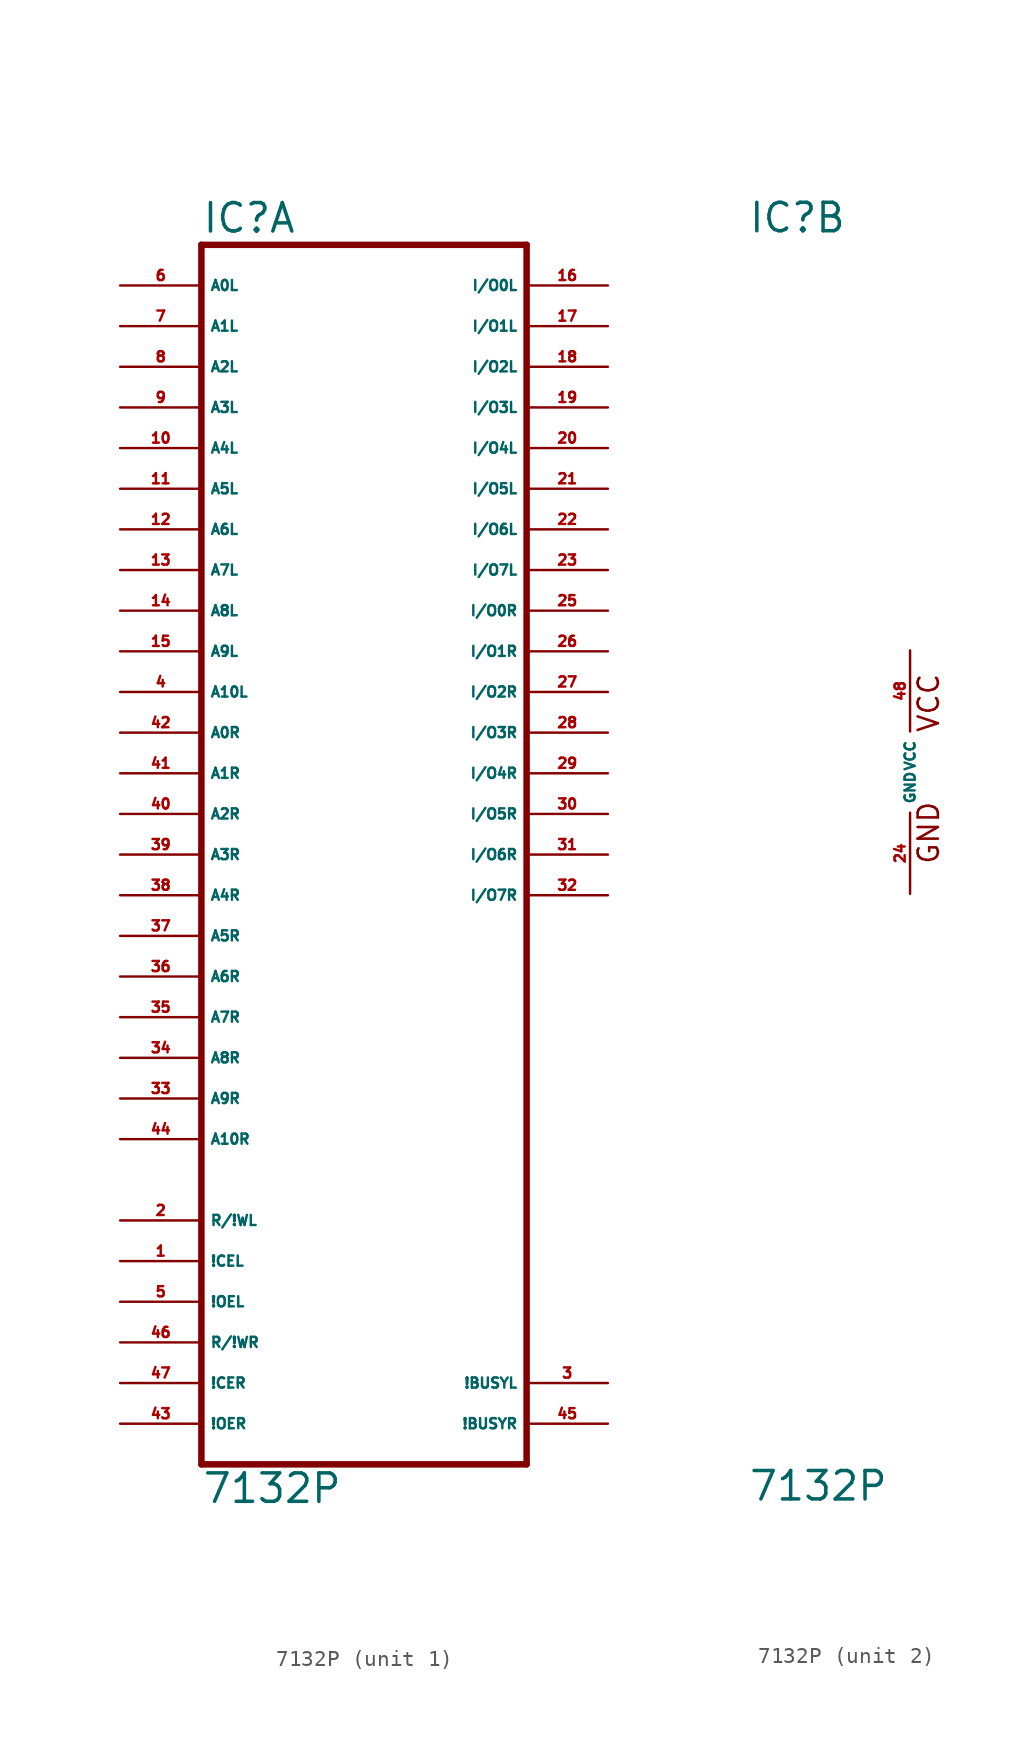
<source format=kicad_sym>
(kicad_symbol_lib
  (version 20220914)
  (generator Eagle2Kicad)
  (symbol "7132P"
    (property "Reference" "IC"
      (at -10.16 33.655 0)
      (effects (font (size 1.778 1.778) (thickness 0.22)) (justify left bottom)))
    (property "Value" "7132P"
      (at -10.16 -45.72 0)
      (effects (font (size 1.778 1.778) (thickness 0.22)) (justify left bottom)))
    (symbol "7132P_1_0"
      (polyline (pts (xy -10.16 -43.18) (xy 10.16 -43.18)) (stroke (width 0.406) (type default)) (fill (type none)))
      (polyline (pts (xy 10.16 -43.18) (xy 10.16 33.02)) (stroke (width 0.406) (type default)) (fill (type none)))
      (polyline (pts (xy 10.16 33.02) (xy -10.16 33.02)) (stroke (width 0.406) (type default)) (fill (type none)))
      (polyline (pts (xy -10.16 33.02) (xy -10.16 -43.18)) (stroke (width 0.406) (type default)) (fill (type none)))
      (pin input line (at -15.24 30.48 0) (length 5.08) (name "A0L" (effects (font (size 0.635 0.635) (thickness 0.08)) (justify left bottom))) (number "6" (effects (font (size 0.635 0.635) (thickness 0.08)) (justify left bottom))))
      (pin input line (at -15.24 27.94 0) (length 5.08) (name "A1L" (effects (font (size 0.635 0.635) (thickness 0.08)) (justify left bottom))) (number "7" (effects (font (size 0.635 0.635) (thickness 0.08)) (justify left bottom))))
      (pin input line (at -15.24 25.4 0) (length 5.08) (name "A2L" (effects (font (size 0.635 0.635) (thickness 0.08)) (justify left bottom))) (number "8" (effects (font (size 0.635 0.635) (thickness 0.08)) (justify left bottom))))
      (pin input line (at -15.24 22.86 0) (length 5.08) (name "A3L" (effects (font (size 0.635 0.635) (thickness 0.08)) (justify left bottom))) (number "9" (effects (font (size 0.635 0.635) (thickness 0.08)) (justify left bottom))))
      (pin input line (at -15.24 20.32 0) (length 5.08) (name "A4L" (effects (font (size 0.635 0.635) (thickness 0.08)) (justify left bottom))) (number "10" (effects (font (size 0.635 0.635) (thickness 0.08)) (justify left bottom))))
      (pin input line (at -15.24 17.78 0) (length 5.08) (name "A5L" (effects (font (size 0.635 0.635) (thickness 0.08)) (justify left bottom))) (number "11" (effects (font (size 0.635 0.635) (thickness 0.08)) (justify left bottom))))
      (pin input line (at -15.24 15.24 0) (length 5.08) (name "A6L" (effects (font (size 0.635 0.635) (thickness 0.08)) (justify left bottom))) (number "12" (effects (font (size 0.635 0.635) (thickness 0.08)) (justify left bottom))))
      (pin input line (at -15.24 12.7 0) (length 5.08) (name "A7L" (effects (font (size 0.635 0.635) (thickness 0.08)) (justify left bottom))) (number "13" (effects (font (size 0.635 0.635) (thickness 0.08)) (justify left bottom))))
      (pin input line (at -15.24 10.16 0) (length 5.08) (name "A8L" (effects (font (size 0.635 0.635) (thickness 0.08)) (justify left bottom))) (number "14" (effects (font (size 0.635 0.635) (thickness 0.08)) (justify left bottom))))
      (pin input line (at -15.24 7.62 0) (length 5.08) (name "A9L" (effects (font (size 0.635 0.635) (thickness 0.08)) (justify left bottom))) (number "15" (effects (font (size 0.635 0.635) (thickness 0.08)) (justify left bottom))))
      (pin input line (at -15.24 2.54 0) (length 5.08) (name "A0R" (effects (font (size 0.635 0.635) (thickness 0.08)) (justify left bottom))) (number "42" (effects (font (size 0.635 0.635) (thickness 0.08)) (justify left bottom))))
      (pin input line (at -15.24 0 0) (length 5.08) (name "A1R" (effects (font (size 0.635 0.635) (thickness 0.08)) (justify left bottom))) (number "41" (effects (font (size 0.635 0.635) (thickness 0.08)) (justify left bottom))))
      (pin input line (at -15.24 -2.54 0) (length 5.08) (name "A2R" (effects (font (size 0.635 0.635) (thickness 0.08)) (justify left bottom))) (number "40" (effects (font (size 0.635 0.635) (thickness 0.08)) (justify left bottom))))
      (pin input line (at -15.24 -5.08 0) (length 5.08) (name "A3R" (effects (font (size 0.635 0.635) (thickness 0.08)) (justify left bottom))) (number "39" (effects (font (size 0.635 0.635) (thickness 0.08)) (justify left bottom))))
      (pin input line (at -15.24 -7.62 0) (length 5.08) (name "A4R" (effects (font (size 0.635 0.635) (thickness 0.08)) (justify left bottom))) (number "38" (effects (font (size 0.635 0.635) (thickness 0.08)) (justify left bottom))))
      (pin input line (at -15.24 -10.16 0) (length 5.08) (name "A5R" (effects (font (size 0.635 0.635) (thickness 0.08)) (justify left bottom))) (number "37" (effects (font (size 0.635 0.635) (thickness 0.08)) (justify left bottom))))
      (pin input line (at -15.24 -12.7 0) (length 5.08) (name "A6R" (effects (font (size 0.635 0.635) (thickness 0.08)) (justify left bottom))) (number "36" (effects (font (size 0.635 0.635) (thickness 0.08)) (justify left bottom))))
      (pin input line (at -15.24 -15.24 0) (length 5.08) (name "A7R" (effects (font (size 0.635 0.635) (thickness 0.08)) (justify left bottom))) (number "35" (effects (font (size 0.635 0.635) (thickness 0.08)) (justify left bottom))))
      (pin input line (at -15.24 -17.78 0) (length 5.08) (name "A8R" (effects (font (size 0.635 0.635) (thickness 0.08)) (justify left bottom))) (number "34" (effects (font (size 0.635 0.635) (thickness 0.08)) (justify left bottom))))
      (pin input line (at -15.24 -20.32 0) (length 5.08) (name "A9R" (effects (font (size 0.635 0.635) (thickness 0.08)) (justify left bottom))) (number "33" (effects (font (size 0.635 0.635) (thickness 0.08)) (justify left bottom))))
      (pin bidirectional line (at 15.24 30.48 180) (length 5.08) (name "I/O0L" (effects (font (size 0.635 0.635) (thickness 0.08)) (justify left bottom))) (number "16" (effects (font (size 0.635 0.635) (thickness 0.08)) (justify left bottom))))
      (pin bidirectional line (at 15.24 27.94 180) (length 5.08) (name "I/O1L" (effects (font (size 0.635 0.635) (thickness 0.08)) (justify left bottom))) (number "17" (effects (font (size 0.635 0.635) (thickness 0.08)) (justify left bottom))))
      (pin bidirectional line (at 15.24 25.4 180) (length 5.08) (name "I/O2L" (effects (font (size 0.635 0.635) (thickness 0.08)) (justify left bottom))) (number "18" (effects (font (size 0.635 0.635) (thickness 0.08)) (justify left bottom))))
      (pin bidirectional line (at 15.24 22.86 180) (length 5.08) (name "I/O3L" (effects (font (size 0.635 0.635) (thickness 0.08)) (justify left bottom))) (number "19" (effects (font (size 0.635 0.635) (thickness 0.08)) (justify left bottom))))
      (pin bidirectional line (at 15.24 20.32 180) (length 5.08) (name "I/O4L" (effects (font (size 0.635 0.635) (thickness 0.08)) (justify left bottom))) (number "20" (effects (font (size 0.635 0.635) (thickness 0.08)) (justify left bottom))))
      (pin bidirectional line (at 15.24 17.78 180) (length 5.08) (name "I/O5L" (effects (font (size 0.635 0.635) (thickness 0.08)) (justify left bottom))) (number "21" (effects (font (size 0.635 0.635) (thickness 0.08)) (justify left bottom))))
      (pin bidirectional line (at 15.24 15.24 180) (length 5.08) (name "I/O6L" (effects (font (size 0.635 0.635) (thickness 0.08)) (justify left bottom))) (number "22" (effects (font (size 0.635 0.635) (thickness 0.08)) (justify left bottom))))
      (pin bidirectional line (at 15.24 12.7 180) (length 5.08) (name "I/O7L" (effects (font (size 0.635 0.635) (thickness 0.08)) (justify left bottom))) (number "23" (effects (font (size 0.635 0.635) (thickness 0.08)) (justify left bottom))))
      (pin bidirectional line (at 15.24 10.16 180) (length 5.08) (name "I/O0R" (effects (font (size 0.635 0.635) (thickness 0.08)) (justify left bottom))) (number "25" (effects (font (size 0.635 0.635) (thickness 0.08)) (justify left bottom))))
      (pin bidirectional line (at 15.24 7.62 180) (length 5.08) (name "I/O1R" (effects (font (size 0.635 0.635) (thickness 0.08)) (justify left bottom))) (number "26" (effects (font (size 0.635 0.635) (thickness 0.08)) (justify left bottom))))
      (pin bidirectional line (at 15.24 5.08 180) (length 5.08) (name "I/O2R" (effects (font (size 0.635 0.635) (thickness 0.08)) (justify left bottom))) (number "27" (effects (font (size 0.635 0.635) (thickness 0.08)) (justify left bottom))))
      (pin bidirectional line (at 15.24 2.54 180) (length 5.08) (name "I/O3R" (effects (font (size 0.635 0.635) (thickness 0.08)) (justify left bottom))) (number "28" (effects (font (size 0.635 0.635) (thickness 0.08)) (justify left bottom))))
      (pin bidirectional line (at 15.24 0 180) (length 5.08) (name "I/O4R" (effects (font (size 0.635 0.635) (thickness 0.08)) (justify left bottom))) (number "29" (effects (font (size 0.635 0.635) (thickness 0.08)) (justify left bottom))))
      (pin bidirectional line (at 15.24 -2.54 180) (length 5.08) (name "I/O5R" (effects (font (size 0.635 0.635) (thickness 0.08)) (justify left bottom))) (number "30" (effects (font (size 0.635 0.635) (thickness 0.08)) (justify left bottom))))
      (pin bidirectional line (at 15.24 -5.08 180) (length 5.08) (name "I/O6R" (effects (font (size 0.635 0.635) (thickness 0.08)) (justify left bottom))) (number "31" (effects (font (size 0.635 0.635) (thickness 0.08)) (justify left bottom))))
      (pin bidirectional line (at 15.24 -7.62 180) (length 5.08) (name "I/O7R" (effects (font (size 0.635 0.635) (thickness 0.08)) (justify left bottom))) (number "32" (effects (font (size 0.635 0.635) (thickness 0.08)) (justify left bottom))))
      (pin input line (at -15.24 -27.94 0) (length 5.08) (name "R/!WL" (effects (font (size 0.635 0.635) (thickness 0.08)) (justify left bottom))) (number "2" (effects (font (size 0.635 0.635) (thickness 0.08)) (justify left bottom))))
      (pin input line (at -15.24 -30.48 0) (length 5.08) (name "!CEL" (effects (font (size 0.635 0.635) (thickness 0.08)) (justify left bottom))) (number "1" (effects (font (size 0.635 0.635) (thickness 0.08)) (justify left bottom))))
      (pin input line (at -15.24 -33.02 0) (length 5.08) (name "!OEL" (effects (font (size 0.635 0.635) (thickness 0.08)) (justify left bottom))) (number "5" (effects (font (size 0.635 0.635) (thickness 0.08)) (justify left bottom))))
      (pin input line (at -15.24 -35.56 0) (length 5.08) (name "R/!WR" (effects (font (size 0.635 0.635) (thickness 0.08)) (justify left bottom))) (number "46" (effects (font (size 0.635 0.635) (thickness 0.08)) (justify left bottom))))
      (pin input line (at -15.24 -38.1 0) (length 5.08) (name "!CER" (effects (font (size 0.635 0.635) (thickness 0.08)) (justify left bottom))) (number "47" (effects (font (size 0.635 0.635) (thickness 0.08)) (justify left bottom))))
      (pin input line (at -15.24 -40.64 0) (length 5.08) (name "!OER" (effects (font (size 0.635 0.635) (thickness 0.08)) (justify left bottom))) (number "43" (effects (font (size 0.635 0.635) (thickness 0.08)) (justify left bottom))))
      (pin bidirectional line (at 15.24 -38.1 180) (length 5.08) (name "!BUSYL" (effects (font (size 0.635 0.635) (thickness 0.08)) (justify left bottom))) (number "3" (effects (font (size 0.635 0.635) (thickness 0.08)) (justify left bottom))))
      (pin bidirectional line (at 15.24 -40.64 180) (length 5.08) (name "!BUSYR" (effects (font (size 0.635 0.635) (thickness 0.08)) (justify left bottom))) (number "45" (effects (font (size 0.635 0.635) (thickness 0.08)) (justify left bottom))))
      (pin input line (at -15.24 5.08 0) (length 5.08) (name "A10L" (effects (font (size 0.635 0.635) (thickness 0.08)) (justify left bottom))) (number "4" (effects (font (size 0.635 0.635) (thickness 0.08)) (justify left bottom))))
      (pin input line (at -15.24 -22.86 0) (length 5.08) (name "A10R" (effects (font (size 0.635 0.635) (thickness 0.08)) (justify left bottom))) (number "44" (effects (font (size 0.635 0.635) (thickness 0.08)) (justify left bottom)))))
    (symbol "7132P_2_0"
      (text "GND" (at 1.905 -5.842 900) (effects (font (size 1.27 1.27) (thickness 0.16)) (justify left bottom)))
      (text "VCC" (at 1.905 2.413 900) (effects (font (size 1.27 1.27) (thickness 0.16)) (justify left bottom)))
      (pin unspecified line (at 0 7.62 270) (length 5.08) (name "VCC" (effects (font (size 0.635 0.635) (thickness 0.08)) (justify left bottom))) (number "48" (effects (font (size 0.635 0.635) (thickness 0.08)) (justify left bottom))))
      (pin unspecified line (at 0 -7.62 90) (length 5.08) (name "GND" (effects (font (size 0.635 0.635) (thickness 0.08)) (justify left bottom))) (number "24" (effects (font (size 0.635 0.635) (thickness 0.08)) (justify left bottom)))))))
</source>
